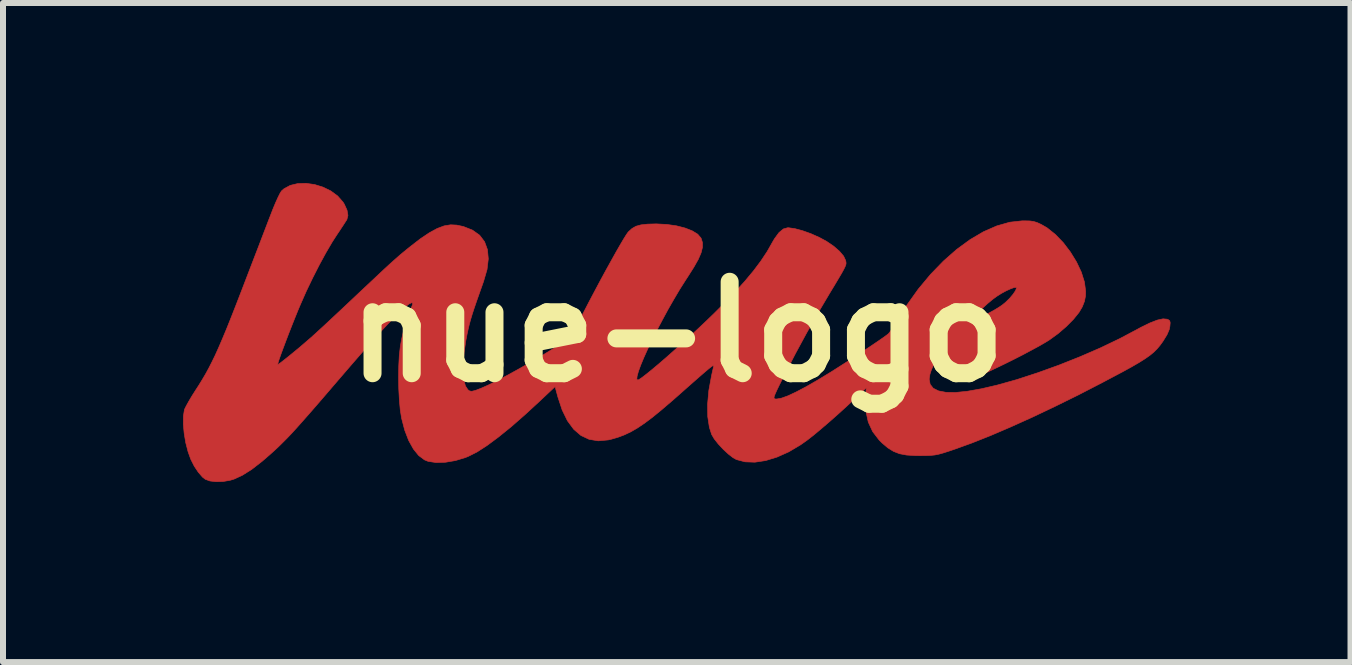
<source format=kicad_pcb>
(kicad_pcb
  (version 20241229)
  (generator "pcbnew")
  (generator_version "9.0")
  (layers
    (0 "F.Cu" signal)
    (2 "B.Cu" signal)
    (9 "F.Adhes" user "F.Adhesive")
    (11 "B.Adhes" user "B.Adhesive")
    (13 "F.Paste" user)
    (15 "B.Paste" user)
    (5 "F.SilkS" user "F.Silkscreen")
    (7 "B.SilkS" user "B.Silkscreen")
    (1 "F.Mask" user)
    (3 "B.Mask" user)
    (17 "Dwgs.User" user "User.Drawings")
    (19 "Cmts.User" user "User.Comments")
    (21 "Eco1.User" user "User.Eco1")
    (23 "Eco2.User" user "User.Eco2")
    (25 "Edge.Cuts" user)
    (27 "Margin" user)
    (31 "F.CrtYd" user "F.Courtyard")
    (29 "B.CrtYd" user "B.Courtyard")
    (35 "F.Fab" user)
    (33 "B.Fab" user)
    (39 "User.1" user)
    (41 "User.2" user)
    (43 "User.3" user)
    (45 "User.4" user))
  (footprint "nue-logo"
    (layer "F.Cu")
    (at 8.238 2.48)
    (property "Reference" "nue-logo" (at 0 0 0) (layer "F.SilkS") (effects (font (size 1.524 1.524) (thickness 0.3))))
    (attr through_hole)
    (fp_poly (pts (xy -6.326 -2.471) (xy -6.451 -2.441) (xy -6.555 -2.385) (xy -6.598 -2.347) (xy -6.621 -2.31) (xy -6.655 -2.242) (xy -6.697 -2.149) (xy -6.742 -2.041) (xy -6.77 -1.968) (xy -6.811 -1.863) (xy -6.863 -1.727) (xy -6.924 -1.568) (xy -6.99 -1.395) (xy -7.059 -1.216) (xy -7.127 -1.039) (xy -7.144 -0.995) (xy -7.254 -0.708) (xy -7.351 -0.457) (xy -7.437 -0.238) (xy -7.513 -0.048) (xy -7.582 0.117) (xy -7.644 0.261) (xy -7.701 0.388) (xy -7.756 0.501) (xy -7.809 0.605) (xy -7.862 0.702) (xy -7.918 0.797) (xy -7.977 0.893) (xy -8.027 0.97) (xy -8.089 1.068) (xy -8.143 1.159) (xy -8.185 1.235) (xy -8.211 1.287) (xy -8.215 1.298) (xy -8.232 1.405) (xy -8.233 1.54) (xy -8.219 1.691) (xy -8.193 1.847) (xy -8.154 1.998) (xy -8.109 2.123) (xy -8.051 2.238) (xy -7.983 2.34) (xy -7.914 2.42) (xy -7.867 2.457) (xy -7.79 2.485) (xy -7.688 2.497) (xy -7.572 2.494) (xy -7.455 2.474) (xy -7.388 2.454) (xy -7.251 2.391) (xy -7.095 2.293) (xy -6.921 2.158) (xy -6.795 2.049) (xy -6.72 1.982) (xy -6.65 1.917) (xy -6.581 1.849) (xy -6.509 1.777) (xy -6.432 1.696) (xy -6.347 1.603) (xy -6.25 1.494) (xy -6.138 1.367) (xy -6.009 1.219) (xy -5.859 1.045) (xy -5.685 0.842) (xy -5.659 0.812) (xy -5.425 0.54) (xy -5.217 0.301) (xy -5.033 0.095) (xy -4.874 -0.079) (xy -4.738 -0.222) (xy -4.627 -0.333) (xy -4.538 -0.414) (xy -4.473 -0.464) (xy -4.429 -0.485) (xy -4.411 -0.481) (xy -4.413 -0.457) (xy -4.431 -0.41) (xy -4.443 -0.385) (xy -4.483 -0.291) (xy -4.524 -0.168) (xy -4.562 -0.026) (xy -4.596 0.123) (xy -4.617 0.243) (xy -4.634 0.392) (xy -4.643 0.566) (xy -4.646 0.756) (xy -4.643 0.949) (xy -4.633 1.134) (xy -4.618 1.301) (xy -4.596 1.437) (xy -4.596 1.439) (xy -4.544 1.638) (xy -4.478 1.81) (xy -4.399 1.952) (xy -4.311 2.061) (xy -4.215 2.133) (xy -4.154 2.158) (xy -4.021 2.178) (xy -3.865 2.173) (xy -3.699 2.145) (xy -3.533 2.095) (xy -3.482 2.074) (xy -3.339 2.002) (xy -3.173 1.895) (xy -2.983 1.754) (xy -2.769 1.581) (xy -2.533 1.374) (xy -2.305 1.164) (xy -2.038 0.913) (xy -1.992 1.084) (xy -1.92 1.302) (xy -1.832 1.482) (xy -1.727 1.624) (xy -1.607 1.727) (xy -1.471 1.791) (xy -1.319 1.816) (xy -1.152 1.801) (xy -1.101 1.789) (xy -0.99 1.757) (xy -0.884 1.717) (xy -0.778 1.667) (xy -0.667 1.603) (xy -0.548 1.523) (xy -0.416 1.424) (xy -0.267 1.302) (xy -0.096 1.156) (xy 0.061 1.018) (xy 0.178 0.914) (xy 0.287 0.818) (xy 0.383 0.734) (xy 0.463 0.665) (xy 0.52 0.617) (xy 0.551 0.592) (xy 0.609 0.551) (xy 0.57 0.725) (xy 0.524 0.977) (xy 0.503 1.208) (xy 0.506 1.414) (xy 0.533 1.591) (xy 0.571 1.71) (xy 0.614 1.783) (xy 0.681 1.868) (xy 0.763 1.956) (xy 0.849 2.036) (xy 0.929 2.098) (xy 0.983 2.128) (xy 1.127 2.166) (xy 1.291 2.172) (xy 1.471 2.145) (xy 1.66 2.087) (xy 1.855 2) (xy 2.051 1.884) (xy 2.164 1.804) (xy 2.269 1.722) (xy 2.395 1.617) (xy 2.536 1.496) (xy 2.683 1.366) (xy 2.829 1.233) (xy 2.966 1.105) (xy 2.975 1.096) (xy 3.146 0.933) (xy 3.137 1.123) (xy 3.142 1.326) (xy 3.181 1.504) (xy 3.254 1.662) (xy 3.363 1.804) (xy 3.411 1.852) (xy 3.508 1.934) (xy 3.602 1.992) (xy 3.702 2.031) (xy 3.819 2.053) (xy 3.963 2.062) (xy 4.043 2.063) (xy 4.144 2.062) (xy 4.222 2.059) (xy 4.289 2.052) (xy 4.355 2.039) (xy 4.431 2.018) (xy 4.528 1.987) (xy 4.625 1.954) (xy 4.905 1.853) (xy 5.215 1.73) (xy 5.551 1.586) (xy 5.911 1.424) (xy 6.288 1.245) (xy 6.68 1.052) (xy 7.081 0.845) (xy 7.228 0.767) (xy 7.415 0.668) (xy 7.568 0.584) (xy 7.692 0.512) (xy 7.792 0.449) (xy 7.872 0.393) (xy 7.938 0.339) (xy 7.993 0.284) (xy 8.042 0.226) (xy 8.09 0.16) (xy 8.097 0.149) (xy 8.16 0.046) (xy 8.196 -0.038) (xy 8.207 -0.093) (xy 8.212 -0.153) (xy 8.204 -0.185) (xy 8.179 -0.204) (xy 8.161 -0.211) (xy 8.093 -0.217) (xy 7.996 -0.196) (xy 7.871 -0.147) (xy 7.72 -0.073) (xy 7.658 -0.039) (xy 7.371 0.113) (xy 7.052 0.266) (xy 6.711 0.414) (xy 6.359 0.554) (xy 6.004 0.682) (xy 5.658 0.795) (xy 5.33 0.887) (xy 5.33 0.887) (xy 5.063 0.949) (xy 4.832 0.99) (xy 4.637 1.01) (xy 4.477 1.008) (xy 4.352 0.984) (xy 4.264 0.94) (xy 4.212 0.874) (xy 4.196 0.787) (xy 4.209 0.705) (xy 4.232 0.635) (xy 4.259 0.575) (xy 4.267 0.562) (xy 4.299 0.512) (xy 4.388 0.608) (xy 4.501 0.706) (xy 4.626 0.764) (xy 4.764 0.783) (xy 4.918 0.763) (xy 4.999 0.74) (xy 5.076 0.71) (xy 5.184 0.663) (xy 5.313 0.602) (xy 5.456 0.533) (xy 5.607 0.458) (xy 5.758 0.381) (xy 5.9 0.305) (xy 6.028 0.236) (xy 6.133 0.175) (xy 6.195 0.137) (xy 6.344 0.029) (xy 6.481 -0.089) (xy 6.599 -0.208) (xy 6.692 -0.323) (xy 6.747 -0.416) (xy 6.784 -0.51) (xy 6.801 -0.6) (xy 6.803 -0.677) (xy 6.796 -0.733) (xy 5.652 -0.733) (xy 5.636 -0.689) (xy 5.595 -0.628) (xy 5.536 -0.558) (xy 5.466 -0.49) (xy 5.413 -0.447) (xy 5.357 -0.409) (xy 5.281 -0.363) (xy 5.194 -0.315) (xy 5.105 -0.268) (xy 5.024 -0.229) (xy 4.961 -0.202) (xy 4.925 -0.191) (xy 4.924 -0.205) (xy 4.944 -0.241) (xy 4.949 -0.249) (xy 5.002 -0.311) (xy 5.077 -0.388) (xy 5.165 -0.468) (xy 5.254 -0.542) (xy 5.319 -0.59) (xy 5.398 -0.64) (xy 5.479 -0.684) (xy 5.552 -0.717) (xy 5.61 -0.738) (xy 5.645 -0.741) (xy 5.652 -0.733) (xy 6.796 -0.733) (xy 6.783 -0.831) (xy 6.731 -0.996) (xy 6.651 -1.165) (xy 6.549 -1.331) (xy 6.43 -1.487) (xy 6.299 -1.623) (xy 6.16 -1.734) (xy 6.061 -1.791) (xy 5.995 -1.821) (xy 5.937 -1.839) (xy 5.874 -1.848) (xy 5.788 -1.85) (xy 5.747 -1.85) (xy 5.538 -1.827) (xy 5.321 -1.765) (xy 5.1 -1.668) (xy 4.876 -1.536) (xy 4.652 -1.372) (xy 4.432 -1.178) (xy 4.219 -0.958) (xy 4.014 -0.712) (xy 3.822 -0.443) (xy 3.695 -0.24) (xy 3.64 -0.149) (xy 3.589 -0.068) (xy 3.547 -0.006) (xy 3.521 0.027) (xy 3.521 0.028) (xy 3.492 0.051) (xy 3.433 0.094) (xy 3.351 0.151) (xy 3.252 0.218) (xy 3.142 0.292) (xy 3.122 0.305) (xy 2.831 0.496) (xy 2.572 0.661) (xy 2.344 0.8) (xy 2.148 0.913) (xy 1.981 1.001) (xy 1.845 1.065) (xy 1.737 1.104) (xy 1.657 1.119) (xy 1.628 1.118) (xy 1.615 1.113) (xy 1.61 1.1) (xy 1.614 1.075) (xy 1.63 1.033) (xy 1.659 0.969) (xy 1.703 0.878) (xy 1.764 0.757) (xy 1.793 0.699) (xy 1.972 0.353) (xy 2.151 0.023) (xy 2.338 -0.306) (xy 2.538 -0.644) (xy 2.624 -0.786) (xy 2.69 -0.897) (xy 2.739 -0.98) (xy 2.773 -1.042) (xy 2.795 -1.087) (xy 2.807 -1.119) (xy 2.811 -1.143) (xy 2.809 -1.164) (xy 2.804 -1.187) (xy 2.804 -1.189) (xy 2.77 -1.262) (xy 2.701 -1.343) (xy 2.605 -1.427) (xy 2.486 -1.508) (xy 2.366 -1.573) (xy 2.225 -1.636) (xy 2.085 -1.686) (xy 1.957 -1.72) (xy 1.852 -1.735) (xy 1.838 -1.735) (xy 1.766 -1.715) (xy 1.693 -1.654) (xy 1.62 -1.555) (xy 1.587 -1.499) (xy 1.497 -1.34) (xy 1.391 -1.18) (xy 1.267 -1.015) (xy 1.121 -0.84) (xy 0.949 -0.651) (xy 0.749 -0.444) (xy 0.611 -0.306) (xy 0.49 -0.189) (xy 0.359 -0.065) (xy 0.222 0.062) (xy 0.082 0.189) (xy -0.056 0.312) (xy -0.188 0.429) (xy -0.312 0.536) (xy -0.423 0.629) (xy -0.518 0.706) (xy -0.592 0.763) (xy -0.642 0.796) (xy -0.661 0.804) (xy -0.676 0.787) (xy -0.671 0.737) (xy -0.649 0.658) (xy -0.611 0.554) (xy -0.559 0.429) (xy -0.495 0.287) (xy -0.42 0.132) (xy -0.338 -0.033) (xy -0.248 -0.203) (xy -0.155 -0.375) (xy -0.058 -0.544) (xy 0.039 -0.708) (xy 0.136 -0.861) (xy 0.174 -0.919) (xy 0.274 -1.077) (xy 0.348 -1.208) (xy 0.395 -1.317) (xy 0.418 -1.409) (xy 0.418 -1.487) (xy 0.397 -1.556) (xy 0.392 -1.565) (xy 0.338 -1.628) (xy 0.248 -1.683) (xy 0.129 -1.73) (xy -0.015 -1.767) (xy -0.177 -1.79) (xy -0.35 -1.799) (xy -0.356 -1.799) (xy -0.498 -1.795) (xy -0.606 -1.783) (xy -0.69 -1.76) (xy -0.756 -1.722) (xy -0.814 -1.669) (xy -0.821 -1.662) (xy -0.85 -1.621) (xy -0.896 -1.547) (xy -0.956 -1.445) (xy -1.028 -1.32) (xy -1.108 -1.176) (xy -1.195 -1.019) (xy -1.285 -0.853) (xy -1.376 -0.682) (xy -1.466 -0.512) (xy -1.551 -0.348) (xy -1.629 -0.194) (xy -1.647 -0.158) (xy -1.774 0.097) (xy -2.067 0.279) (xy -2.261 0.398) (xy -2.456 0.513) (xy -2.647 0.621) (xy -2.828 0.721) (xy -2.994 0.808) (xy -3.141 0.882) (xy -3.264 0.937) (xy -3.357 0.973) (xy -3.37 0.977) (xy -3.427 0.991) (xy -3.463 0.985) (xy -3.491 0.964) (xy -3.532 0.902) (xy -3.558 0.805) (xy -3.57 0.676) (xy -3.569 0.52) (xy -3.554 0.342) (xy -3.525 0.146) (xy -3.504 0.036) (xy -3.486 -0.047) (xy -3.467 -0.126) (xy -3.445 -0.207) (xy -3.418 -0.297) (xy -3.384 -0.401) (xy -3.341 -0.526) (xy -3.287 -0.679) (xy -3.23 -0.84) (xy -3.172 -1.039) (xy -3.151 -1.216) (xy -3.165 -1.37) (xy -3.213 -1.502) (xy -3.296 -1.611) (xy -3.414 -1.695) (xy -3.565 -1.755) (xy -3.677 -1.779) (xy -3.779 -1.784) (xy -3.887 -1.766) (xy -4.004 -1.722) (xy -4.134 -1.651) (xy -4.283 -1.551) (xy -4.452 -1.42) (xy -4.513 -1.371) (xy -4.568 -1.326) (xy -4.621 -1.282) (xy -4.674 -1.235) (xy -4.733 -1.183) (xy -4.801 -1.122) (xy -4.881 -1.048) (xy -4.978 -0.957) (xy -5.095 -0.847) (xy -5.237 -0.714) (xy -5.355 -0.603) (xy -5.485 -0.48) (xy -5.614 -0.359) (xy -5.736 -0.245) (xy -5.845 -0.143) (xy -5.937 -0.058) (xy -6.005 0.004) (xy -6.022 0.02) (xy -6.104 0.094) (xy -6.197 0.174) (xy -6.293 0.257) (xy -6.389 0.336) (xy -6.478 0.409) (xy -6.555 0.47) (xy -6.614 0.516) (xy -6.651 0.541) (xy -6.66 0.544) (xy -6.656 0.521) (xy -6.639 0.466) (xy -6.61 0.382) (xy -6.571 0.277) (xy -6.526 0.157) (xy -6.476 0.026) (xy -6.423 -0.109) (xy -6.37 -0.242) (xy -6.319 -0.368) (xy -6.282 -0.455) (xy -6.185 -0.675) (xy -6.078 -0.898) (xy -5.967 -1.116) (xy -5.857 -1.318) (xy -5.752 -1.497) (xy -5.682 -1.606) (xy -5.623 -1.694) (xy -5.571 -1.773) (xy -5.531 -1.835) (xy -5.508 -1.87) (xy -5.508 -1.87) (xy -5.49 -1.94) (xy -5.505 -2.028) (xy -5.55 -2.127) (xy -5.571 -2.161) (xy -5.661 -2.264) (xy -5.775 -2.348) (xy -5.906 -2.412) (xy -6.046 -2.455) (xy -6.189 -2.475) (xy -6.326 -2.471)) (stroke (width 0.01) (type solid)) (fill yes) (layer "F.Cu"))
    (fp_poly (pts (xy -6.326 -2.47) (xy -6.451 -2.44) (xy -6.555 -2.384) (xy -6.598 -2.345) (xy -6.621 -2.309) (xy -6.655 -2.24) (xy -6.697 -2.148) (xy -6.742 -2.04) (xy -6.77 -1.967) (xy -6.811 -1.862) (xy -6.863 -1.726) (xy -6.924 -1.567) (xy -6.99 -1.394) (xy -7.059 -1.214) (xy -7.127 -1.037) (xy -7.144 -0.994) (xy -7.254 -0.707) (xy -7.351 -0.456) (xy -7.437 -0.237) (xy -7.513 -0.047) (xy -7.582 0.118) (xy -7.644 0.263) (xy -7.701 0.389) (xy -7.756 0.503) (xy -7.809 0.606) (xy -7.862 0.703) (xy -7.918 0.798) (xy -7.977 0.894) (xy -8.027 0.971) (xy -8.089 1.069) (xy -8.143 1.16) (xy -8.185 1.236) (xy -8.211 1.288) (xy -8.215 1.299) (xy -8.232 1.406) (xy -8.233 1.541) (xy -8.219 1.692) (xy -8.193 1.849) (xy -8.154 1.999) (xy -8.109 2.124) (xy -8.051 2.239) (xy -7.983 2.341) (xy -7.914 2.421) (xy -7.867 2.458) (xy -7.79 2.486) (xy -7.688 2.498) (xy -7.572 2.495) (xy -7.455 2.476) (xy -7.388 2.456) (xy -7.251 2.392) (xy -7.095 2.294) (xy -6.921 2.16) (xy -6.794 2.05) (xy -6.72 1.983) (xy -6.65 1.918) (xy -6.581 1.851) (xy -6.509 1.778) (xy -6.432 1.697) (xy -6.347 1.604) (xy -6.25 1.496) (xy -6.138 1.369) (xy -6.009 1.22) (xy -5.859 1.046) (xy -5.685 0.843) (xy -5.659 0.813) (xy -5.425 0.541) (xy -5.217 0.302) (xy -5.033 0.096) (xy -4.874 -0.078) (xy -4.738 -0.221) (xy -4.627 -0.332) (xy -4.538 -0.413) (xy -4.473 -0.463) (xy -4.429 -0.483) (xy -4.411 -0.479) (xy -4.413 -0.456) (xy -4.431 -0.409) (xy -4.443 -0.383) (xy -4.483 -0.29) (xy -4.524 -0.166) (xy -4.562 -0.024) (xy -4.596 0.124) (xy -4.617 0.245) (xy -4.634 0.393) (xy -4.643 0.567) (xy -4.646 0.757) (xy -4.643 0.95) (xy -4.633 1.136) (xy -4.618 1.302) (xy -4.596 1.438) (xy -4.596 1.441) (xy -4.544 1.639) (xy -4.478 1.811) (xy -4.399 1.953) (xy -4.311 2.062) (xy -4.215 2.135) (xy -4.154 2.159) (xy -4.021 2.179) (xy -3.865 2.175) (xy -3.699 2.146) (xy -3.533 2.096) (xy -3.482 2.076) (xy -3.339 2.003) (xy -3.173 1.896) (xy -2.983 1.756) (xy -2.769 1.582) (xy -2.533 1.375) (xy -2.305 1.165) (xy -2.038 0.914) (xy -1.992 1.085) (xy -1.92 1.304) (xy -1.832 1.484) (xy -1.727 1.625) (xy -1.607 1.728) (xy -1.471 1.792) (xy -1.319 1.817) (xy -1.152 1.802) (xy -1.101 1.791) (xy -0.99 1.758) (xy -0.884 1.718) (xy -0.778 1.668) (xy -0.667 1.604) (xy -0.548 1.524) (xy -0.416 1.425) (xy -0.267 1.304) (xy -0.096 1.157) (xy 0.061 1.019) (xy 0.178 0.916) (xy 0.287 0.82) (xy 0.383 0.735) (xy 0.463 0.667) (xy 0.52 0.618) (xy 0.551 0.594) (xy 0.609 0.552) (xy 0.57 0.726) (xy 0.524 0.978) (xy 0.503 1.209) (xy 0.506 1.415) (xy 0.533 1.593) (xy 0.571 1.711) (xy 0.614 1.784) (xy 0.681 1.869) (xy 0.763 1.957) (xy 0.849 2.037) (xy 0.929 2.099) (xy 0.983 2.129) (xy 1.127 2.168) (xy 1.291 2.173) (xy 1.471 2.146) (xy 1.66 2.088) (xy 1.855 2.001) (xy 2.051 1.886) (xy 2.164 1.805) (xy 2.269 1.723) (xy 2.395 1.618) (xy 2.536 1.497) (xy 2.683 1.367) (xy 2.829 1.235) (xy 2.966 1.107) (xy 2.975 1.098) (xy 3.146 0.935) (xy 3.137 1.124) (xy 3.142 1.327) (xy 3.181 1.505) (xy 3.254 1.664) (xy 3.363 1.805) (xy 3.411 1.853) (xy 3.508 1.935) (xy 3.602 1.993) (xy 3.702 2.032) (xy 3.819 2.054) (xy 3.963 2.063) (xy 4.043 2.064) (xy 4.144 2.063) (xy 4.222 2.06) (xy 4.289 2.053) (xy 4.355 2.04) (xy 4.431 2.019) (xy 4.528 1.988) (xy 4.625 1.955) (xy 4.905 1.855) (xy 5.215 1.731) (xy 5.551 1.588) (xy 5.911 1.426) (xy 6.288 1.247) (xy 6.68 1.053) (xy 7.081 0.847) (xy 7.228 0.769) (xy 7.415 0.669) (xy 7.568 0.585) (xy 7.692 0.513) (xy 7.792 0.451) (xy 7.872 0.394) (xy 7.938 0.34) (xy 7.993 0.285) (xy 8.042 0.227) (xy 8.09 0.161) (xy 8.097 0.15) (xy 8.16 0.048) (xy 8.196 -0.037) (xy 8.207 -0.091) (xy 8.212 -0.152) (xy 8.204 -0.184) (xy 8.179 -0.203) (xy 8.161 -0.21) (xy 8.093 -0.216) (xy 7.996 -0.194) (xy 7.871 -0.146) (xy 7.72 -0.072) (xy 7.658 -0.038) (xy 7.371 0.115) (xy 7.052 0.267) (xy 6.711 0.415) (xy 6.359 0.555) (xy 6.004 0.684) (xy 5.658 0.796) (xy 5.33 0.888) (xy 5.33 0.888) (xy 5.063 0.951) (xy 4.832 0.991) (xy 4.637 1.011) (xy 4.477 1.009) (xy 4.352 0.985) (xy 4.264 0.941) (xy 4.212 0.875) (xy 4.196 0.788) (xy 4.209 0.707) (xy 4.232 0.637) (xy 4.259 0.576) (xy 4.267 0.563) (xy 4.299 0.513) (xy 4.388 0.61) (xy 4.501 0.707) (xy 4.626 0.765) (xy 4.764 0.784) (xy 4.918 0.764) (xy 4.999 0.741) (xy 5.077 0.711) (xy 5.184 0.664) (xy 5.313 0.604) (xy 5.456 0.534) (xy 5.607 0.459) (xy 5.758 0.382) (xy 5.9 0.307) (xy 6.028 0.237) (xy 6.133 0.177) (xy 6.195 0.138) (xy 6.344 0.03) (xy 6.481 -0.087) (xy 6.599 -0.207) (xy 6.692 -0.322) (xy 6.747 -0.415) (xy 6.784 -0.509) (xy 6.801 -0.598) (xy 6.803 -0.676) (xy 6.796 -0.732) (xy 5.652 -0.732) (xy 5.636 -0.688) (xy 5.595 -0.626) (xy 5.536 -0.557) (xy 5.466 -0.489) (xy 5.413 -0.445) (xy 5.357 -0.408) (xy 5.281 -0.362) (xy 5.194 -0.313) (xy 5.105 -0.267) (xy 5.024 -0.228) (xy 4.961 -0.2) (xy 4.925 -0.19) (xy 4.924 -0.204) (xy 4.944 -0.24) (xy 4.949 -0.248) (xy 5.002 -0.31) (xy 5.077 -0.386) (xy 5.165 -0.467) (xy 5.254 -0.541) (xy 5.319 -0.589) (xy 5.398 -0.639) (xy 5.479 -0.682) (xy 5.552 -0.716) (xy 5.61 -0.736) (xy 5.645 -0.74) (xy 5.652 -0.732) (xy 6.796 -0.732) (xy 6.783 -0.829) (xy 6.731 -0.995) (xy 6.651 -1.164) (xy 6.549 -1.33) (xy 6.43 -1.485) (xy 6.299 -1.622) (xy 6.16 -1.732) (xy 6.061 -1.79) (xy 5.995 -1.82) (xy 5.937 -1.838) (xy 5.874 -1.847) (xy 5.788 -1.849) (xy 5.747 -1.848) (xy 5.538 -1.826) (xy 5.321 -1.764) (xy 5.1 -1.666) (xy 4.876 -1.534) (xy 4.652 -1.371) (xy 4.432 -1.177) (xy 4.219 -0.956) (xy 4.014 -0.71) (xy 3.822 -0.441) (xy 3.695 -0.239) (xy 3.64 -0.148) (xy 3.589 -0.067) (xy 3.547 -0.005) (xy 3.521 0.029) (xy 3.521 0.029) (xy 3.492 0.053) (xy 3.433 0.095) (xy 3.351 0.152) (xy 3.252 0.219) (xy 3.142 0.293) (xy 3.122 0.307) (xy 2.831 0.498) (xy 2.572 0.662) (xy 2.344 0.801) (xy 2.148 0.914) (xy 1.981 1.003) (xy 1.845 1.066) (xy 1.737 1.105) (xy 1.657 1.12) (xy 1.628 1.119) (xy 1.615 1.114) (xy 1.61 1.102) (xy 1.614 1.077) (xy 1.63 1.034) (xy 1.659 0.97) (xy 1.703 0.88) (xy 1.764 0.758) (xy 1.793 0.7) (xy 1.972 0.354) (xy 2.151 0.024) (xy 2.338 -0.305) (xy 2.538 -0.643) (xy 2.624 -0.785) (xy 2.69 -0.895) (xy 2.739 -0.979) (xy 2.773 -1.041) (xy 2.795 -1.085) (xy 2.807 -1.117) (xy 2.811 -1.142) (xy 2.809 -1.163) (xy 2.804 -1.186) (xy 2.804 -1.188) (xy 2.77 -1.261) (xy 2.701 -1.342) (xy 2.605 -1.426) (xy 2.486 -1.507) (xy 2.366 -1.572) (xy 2.225 -1.635) (xy 2.085 -1.685) (xy 1.957 -1.719) (xy 1.852 -1.734) (xy 1.838 -1.734) (xy 1.766 -1.714) (xy 1.693 -1.653) (xy 1.62 -1.554) (xy 1.588 -1.497) (xy 1.497 -1.339) (xy 1.391 -1.179) (xy 1.267 -1.014) (xy 1.121 -0.838) (xy 0.949 -0.649) (xy 0.749 -0.442) (xy 0.611 -0.304) (xy 0.49 -0.187) (xy 0.359 -0.064) (xy 0.222 0.063) (xy 0.082 0.19) (xy -0.056 0.313) (xy -0.188 0.43) (xy -0.312 0.537) (xy -0.423 0.63) (xy -0.518 0.707) (xy -0.592 0.764) (xy -0.642 0.798) (xy -0.661 0.806) (xy -0.676 0.788) (xy -0.671 0.738) (xy -0.649 0.659) (xy -0.611 0.555) (xy -0.559 0.43) (xy -0.495 0.288) (xy -0.42 0.133) (xy -0.338 -0.032) (xy -0.248 -0.202) (xy -0.155 -0.373) (xy -0.058 -0.543) (xy 0.039 -0.706) (xy 0.136 -0.86) (xy 0.174 -0.918) (xy 0.274 -1.076) (xy 0.348 -1.207) (xy 0.395 -1.316) (xy 0.418 -1.408) (xy 0.418 -1.486) (xy 0.397 -1.555) (xy 0.392 -1.563) (xy 0.338 -1.626) (xy 0.248 -1.682) (xy 0.129 -1.729) (xy -0.015 -1.765) (xy -0.177 -1.789) (xy -0.35 -1.798) (xy -0.356 -1.798) (xy -0.498 -1.794) (xy -0.606 -1.782) (xy -0.69 -1.759) (xy -0.756 -1.721) (xy -0.814 -1.668) (xy -0.821 -1.66) (xy -0.85 -1.619) (xy -0.896 -1.546) (xy -0.956 -1.444) (xy -1.028 -1.319) (xy -1.108 -1.175) (xy -1.195 -1.018) (xy -1.285 -0.851) (xy -1.376 -0.681) (xy -1.466 -0.511) (xy -1.551 -0.347) (xy -1.629 -0.193) (xy -1.647 -0.157) (xy -1.774 0.098) (xy -2.067 0.28) (xy -2.261 0.399) (xy -2.456 0.514) (xy -2.647 0.623) (xy -2.828 0.722) (xy -2.994 0.81) (xy -3.141 0.883) (xy -3.264 0.939) (xy -3.357 0.975) (xy -3.37 0.979) (xy -3.427 0.992) (xy -3.463 0.986) (xy -3.491 0.965) (xy -3.532 0.903) (xy -3.558 0.806) (xy -3.57 0.677) (xy -3.569 0.522) (xy -3.554 0.343) (xy -3.525 0.147) (xy -3.504 0.038) (xy -3.486 -0.046) (xy -3.467 -0.125) (xy -3.445 -0.206) (xy -3.418 -0.295) (xy -3.384 -0.4) (xy -3.341 -0.525) (xy -3.287 -0.678) (xy -3.23 -0.839) (xy -3.172 -1.037) (xy -3.151 -1.214) (xy -3.165 -1.369) (xy -3.213 -1.501) (xy -3.296 -1.61) (xy -3.414 -1.694) (xy -3.565 -1.753) (xy -3.677 -1.777) (xy -3.779 -1.783) (xy -3.887 -1.765) (xy -4.004 -1.721) (xy -4.134 -1.65) (xy -4.283 -1.549) (xy -4.452 -1.419) (xy -4.513 -1.369) (xy -4.568 -1.324) (xy -4.621 -1.28) (xy -4.674 -1.234) (xy -4.733 -1.182) (xy -4.801 -1.12) (xy -4.881 -1.046) (xy -4.978 -0.956) (xy -5.095 -0.846) (xy -5.237 -0.713) (xy -5.355 -0.602) (xy -5.485 -0.479) (xy -5.614 -0.358) (xy -5.736 -0.244) (xy -5.845 -0.142) (xy -5.937 -0.057) (xy -6.005 0.006) (xy -6.022 0.021) (xy -6.104 0.095) (xy -6.197 0.176) (xy -6.293 0.258) (xy -6.389 0.338) (xy -6.478 0.41) (xy -6.555 0.472) (xy -6.614 0.517) (xy -6.651 0.542) (xy -6.66 0.545) (xy -6.656 0.523) (xy -6.639 0.467) (xy -6.61 0.384) (xy -6.571 0.279) (xy -6.526 0.158) (xy -6.476 0.027) (xy -6.423 -0.108) (xy -6.37 -0.241) (xy -6.319 -0.366) (xy -6.282 -0.454) (xy -6.185 -0.674) (xy -6.078 -0.897) (xy -5.967 -1.115) (xy -5.857 -1.317) (xy -5.752 -1.495) (xy -5.682 -1.604) (xy -5.623 -1.693) (xy -5.571 -1.772) (xy -5.531 -1.834) (xy -5.508 -1.869) (xy -5.508 -1.869) (xy -5.49 -1.939) (xy -5.505 -2.026) (xy -5.55 -2.125) (xy -5.571 -2.16) (xy -5.661 -2.263) (xy -5.775 -2.347) (xy -5.906 -2.411) (xy -6.046 -2.454) (xy -6.189 -2.474) (xy -6.326 -2.47)) (stroke (width 0.01) (type solid)) (fill yes) (layer "F.Mask")))
  (gr_rect
    (start -3 -3)
    (end 19.455 7.983)
    (stroke (width 0.1) (type default))
    (fill no)
    (layer "Edge.Cuts")))
</source>
